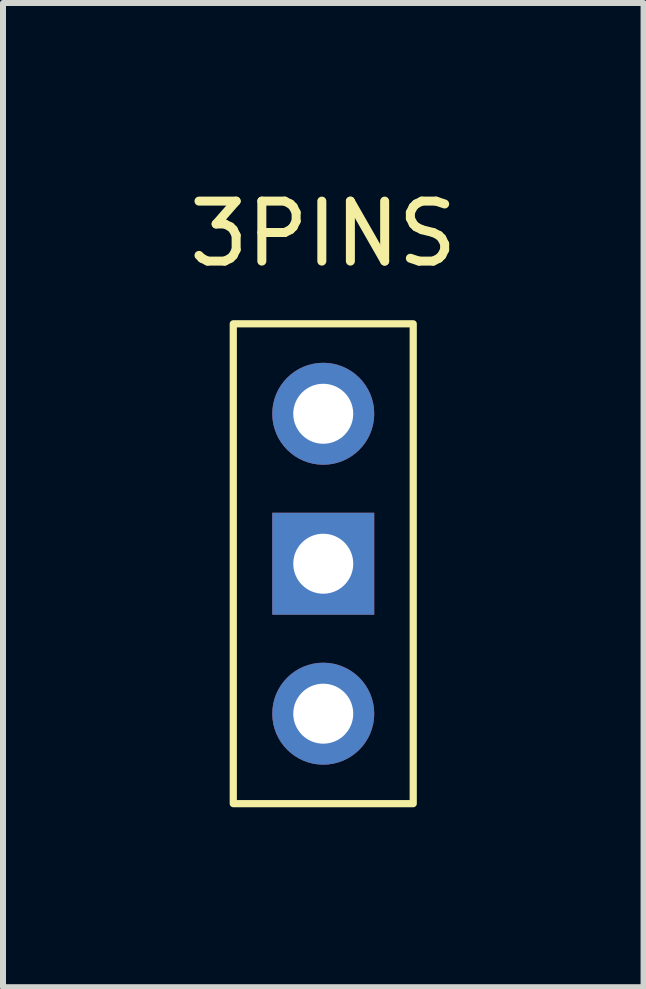
<source format=kicad_pcb>
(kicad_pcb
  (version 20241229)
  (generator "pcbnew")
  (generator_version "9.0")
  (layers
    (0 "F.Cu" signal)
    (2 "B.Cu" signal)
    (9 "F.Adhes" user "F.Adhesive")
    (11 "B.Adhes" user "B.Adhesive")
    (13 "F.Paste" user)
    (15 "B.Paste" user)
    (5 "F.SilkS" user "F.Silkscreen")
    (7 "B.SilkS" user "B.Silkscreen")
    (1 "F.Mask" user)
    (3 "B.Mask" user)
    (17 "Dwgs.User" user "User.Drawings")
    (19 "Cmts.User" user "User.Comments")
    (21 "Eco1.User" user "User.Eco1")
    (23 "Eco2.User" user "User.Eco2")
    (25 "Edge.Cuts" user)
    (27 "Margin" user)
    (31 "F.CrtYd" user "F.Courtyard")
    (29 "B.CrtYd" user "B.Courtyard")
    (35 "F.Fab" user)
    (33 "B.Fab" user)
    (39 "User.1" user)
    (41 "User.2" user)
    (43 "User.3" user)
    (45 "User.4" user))
  (footprint "3PINS"
    (layer "F.Cu")
    (at 2.339 6.348)
    (property "Reference" "3PINS" (at 0 -5.5 0) (unlocked yes) (layer "F.SilkS") (effects (font (size 1 1) (thickness 0.15))))
    (attr smd)
    (fp_rect (start -1.5 -4) (end 1.5 4) (stroke (width 0.12) (type solid)) (fill no) (layer "F.SilkS"))
    (pad "1" thru_hole oval (at 0 -2.5) (size 1.7 1.7) (drill 1) (layers "*.Cu" "*.Mask"))
    (pad "2" thru_hole rect (at 0 0) (size 1.7 1.7) (drill 1) (layers "*.Cu" "*.Mask"))
    (pad "3" thru_hole oval (at 0 2.5) (size 1.7 1.7) (drill 1) (layers "*.Cu" "*.Mask")))
  (gr_rect
    (start -3 -3)
    (end 7.679 13.408)
    (stroke (width 0.1) (type default))
    (fill no)
    (layer "Edge.Cuts")))
</source>
